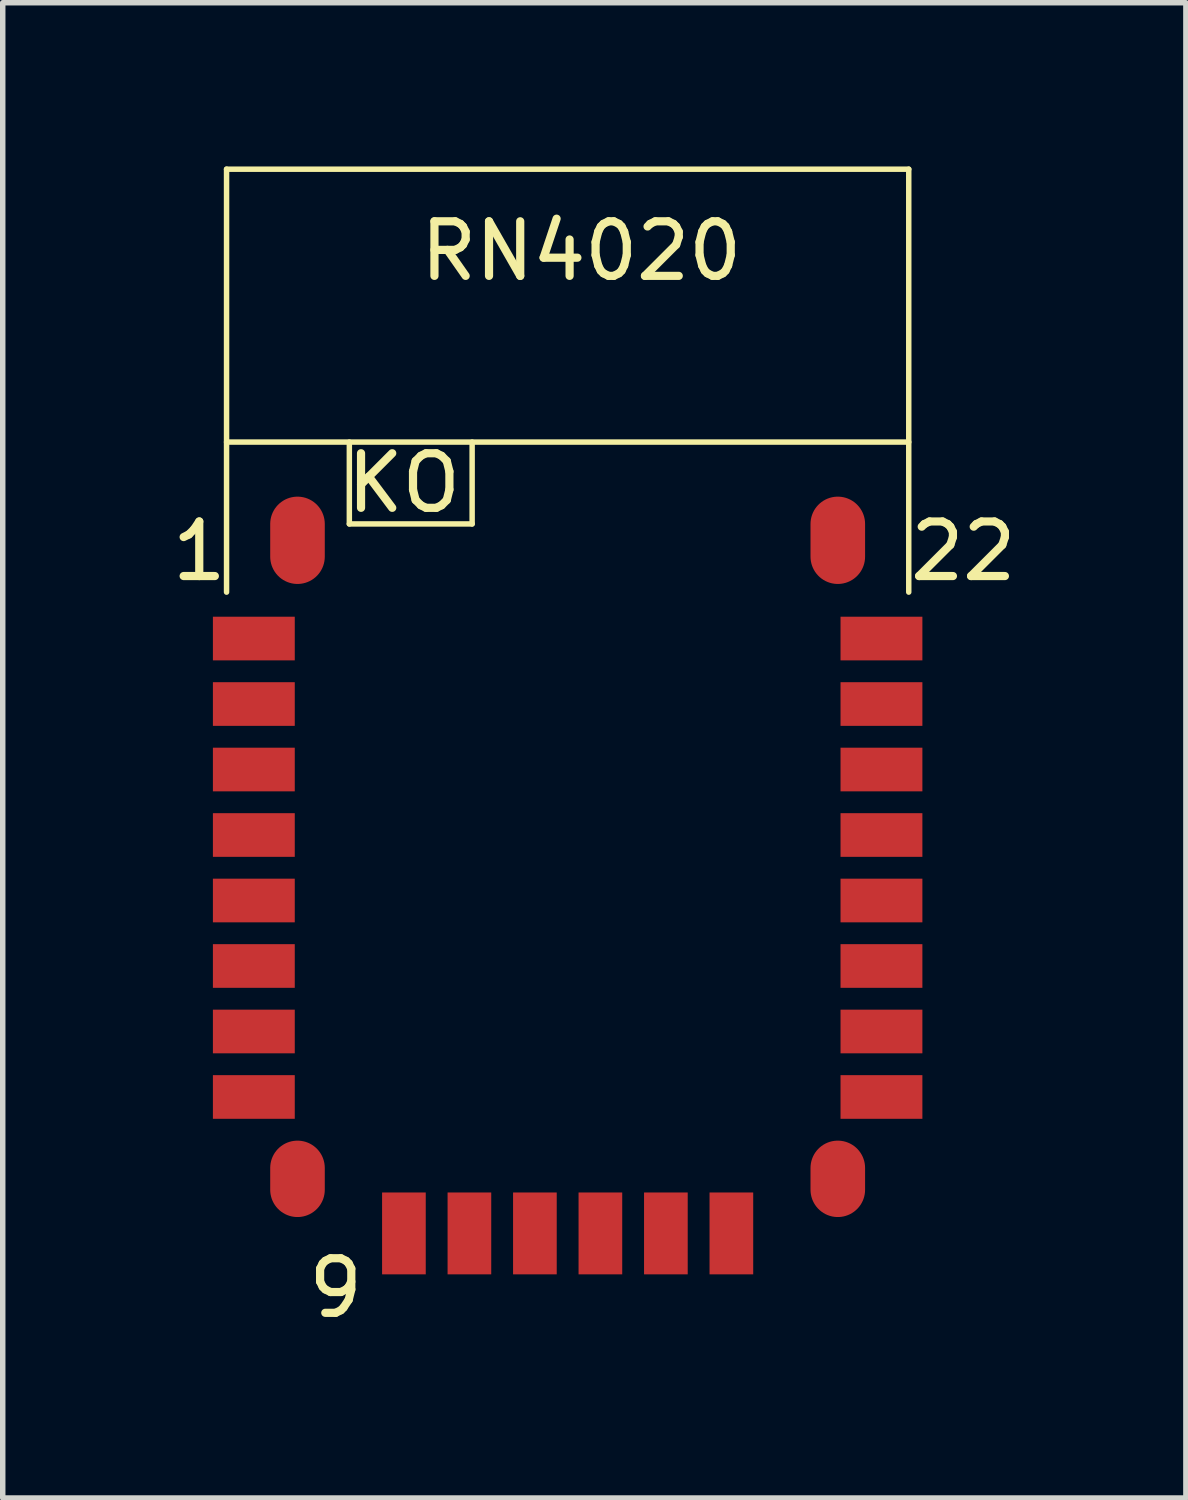
<source format=kicad_pcb>
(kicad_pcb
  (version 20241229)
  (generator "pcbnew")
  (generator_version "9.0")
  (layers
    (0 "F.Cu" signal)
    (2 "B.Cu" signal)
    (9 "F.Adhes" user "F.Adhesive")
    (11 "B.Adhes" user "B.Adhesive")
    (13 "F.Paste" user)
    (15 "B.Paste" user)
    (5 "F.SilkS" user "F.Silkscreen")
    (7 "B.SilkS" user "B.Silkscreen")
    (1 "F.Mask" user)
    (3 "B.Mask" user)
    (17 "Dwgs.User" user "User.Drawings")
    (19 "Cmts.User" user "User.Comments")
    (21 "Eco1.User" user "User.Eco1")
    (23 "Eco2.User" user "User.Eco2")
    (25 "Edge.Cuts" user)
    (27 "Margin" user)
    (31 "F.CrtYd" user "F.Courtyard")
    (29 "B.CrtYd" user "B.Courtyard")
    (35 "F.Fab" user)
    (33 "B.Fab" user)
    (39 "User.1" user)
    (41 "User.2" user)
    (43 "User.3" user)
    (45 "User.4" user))
  (footprint "RN4020"
    (layer "F.Cu")
    (at 7.351 11.55)
    (property "Reference" "RN4020" (at 0.25 -10 0) (layer "F.SilkS") (effects (font (size 1 1) (thickness 0.15))))
    (attr through_hole)
    (fp_line (start -6.25 -11.5) (end 6.25 -11.5) (stroke (width 0.1) (type solid)) (layer "F.SilkS"))
    (fp_line (start -6.25 -6.5) (end 6.25 -6.5) (stroke (width 0.1) (type solid)) (layer "F.SilkS"))
    (fp_line (start -6.25 -3.75) (end -6.25 -11.5) (stroke (width 0.1) (type solid)) (layer "F.SilkS"))
    (fp_line (start -4 -5) (end -4 -6.5) (stroke (width 0.1) (type solid)) (layer "F.SilkS"))
    (fp_line (start -4 -5) (end -1.75 -5) (stroke (width 0.1) (type solid)) (layer "F.SilkS"))
    (fp_line (start -1.75 -5) (end -1.75 -6.5) (stroke (width 0.1) (type solid)) (layer "F.SilkS"))
    (fp_line (start 6.25 -11.5) (end 6.25 -3.75) (stroke (width 0.1) (type solid)) (layer "F.SilkS"))
    (fp_text user "1" (at -6.75 -4.5 0) (layer "F.SilkS") (effects (font (size 1 1) (thickness 0.15))))
    (fp_text user "KO" (at -3 -5.75 0) (layer "F.SilkS") (effects (font (size 1 1) (thickness 0.15))))
    (fp_text user "9" (at -4.25 9 0) (layer "F.SilkS") (effects (font (size 1 1) (thickness 0.15))))
    (fp_text user "22" (at 7.25 -4.5 0) (layer "F.SilkS") (effects (font (size 1 1) (thickness 0.15))))
    (pad "1" smd rect (at -5.75 -2.9) (size 1.5 0.8) (layers "F.Cu" "F.Mask" "F.Paste"))
    (pad "2" smd rect (at -5.75 -1.7) (size 1.5 0.8) (layers "F.Cu" "F.Mask" "F.Paste"))
    (pad "3" smd rect (at -5.75 -0.5) (size 1.5 0.8) (layers "F.Cu" "F.Mask" "F.Paste"))
    (pad "4" smd rect (at -5.75 0.7) (size 1.5 0.8) (layers "F.Cu" "F.Mask" "F.Paste"))
    (pad "5" smd rect (at -5.75 1.9) (size 1.5 0.8) (layers "F.Cu" "F.Mask" "F.Paste"))
    (pad "6" smd rect (at -5.75 3.1) (size 1.5 0.8) (layers "F.Cu" "F.Mask" "F.Paste"))
    (pad "7" smd rect (at -5.75 4.3) (size 1.5 0.8) (layers "F.Cu" "F.Mask" "F.Paste"))
    (pad "8" smd rect (at -5.75 5.5) (size 1.5 0.8) (layers "F.Cu" "F.Mask" "F.Paste"))
    (pad "9" smd oval (at -4.95 7) (size 1 1.4) (layers "F.Cu" "F.Mask" "F.Paste"))
    (pad "10" smd rect (at -3 8) (size 0.8 1.5) (layers "F.Cu" "F.Mask" "F.Paste"))
    (pad "11" smd rect (at -1.8 8) (size 0.8 1.5) (layers "F.Cu" "F.Mask" "F.Paste"))
    (pad "12" smd rect (at -0.6 8) (size 0.8 1.5) (layers "F.Cu" "F.Mask" "F.Paste"))
    (pad "13" smd rect (at 0.6 8) (size 0.8 1.5) (layers "F.Cu" "F.Mask" "F.Paste"))
    (pad "14" smd rect (at 1.8 8) (size 0.8 1.5) (layers "F.Cu" "F.Mask" "F.Paste"))
    (pad "15" smd rect (at 3 8) (size 0.8 1.5) (layers "F.Cu" "F.Mask" "F.Paste"))
    (pad "16" smd oval (at 4.95 7) (size 1 1.4) (layers "F.Cu" "F.Mask" "F.Paste"))
    (pad "17" smd rect (at 5.75 5.5) (size 1.5 0.8) (layers "F.Cu" "F.Mask" "F.Paste"))
    (pad "18" smd rect (at 5.75 4.3) (size 1.5 0.8) (layers "F.Cu" "F.Mask" "F.Paste"))
    (pad "19" smd rect (at 5.75 3.1) (size 1.5 0.8) (layers "F.Cu" "F.Mask" "F.Paste"))
    (pad "20" smd rect (at 5.75 1.9) (size 1.5 0.8) (layers "F.Cu" "F.Mask" "F.Paste"))
    (pad "21" smd rect (at 5.75 0.7) (size 1.5 0.8) (layers "F.Cu" "F.Mask" "F.Paste"))
    (pad "22" smd rect (at 5.75 -0.5) (size 1.5 0.8) (layers "F.Cu" "F.Mask" "F.Paste"))
    (pad "23" smd rect (at 5.75 -1.7) (size 1.5 0.8) (layers "F.Cu" "F.Mask" "F.Paste"))
    (pad "24" smd rect (at 5.75 -2.9) (size 1.5 0.8) (layers "F.Cu" "F.Mask" "F.Paste"))
    (pad "25" smd oval (at -4.95 -4.7) (size 1 1.6) (layers "F.Cu" "F.Mask" "F.Paste"))
    (pad "26" smd oval (at 4.95 -4.7) (size 1 1.6) (layers "F.Cu" "F.Mask" "F.Paste")))
  (gr_rect
    (start -3 -3)
    (end 18.679 24.398)
    (stroke (width 0.1) (type default))
    (fill no)
    (layer "Edge.Cuts")))
</source>
